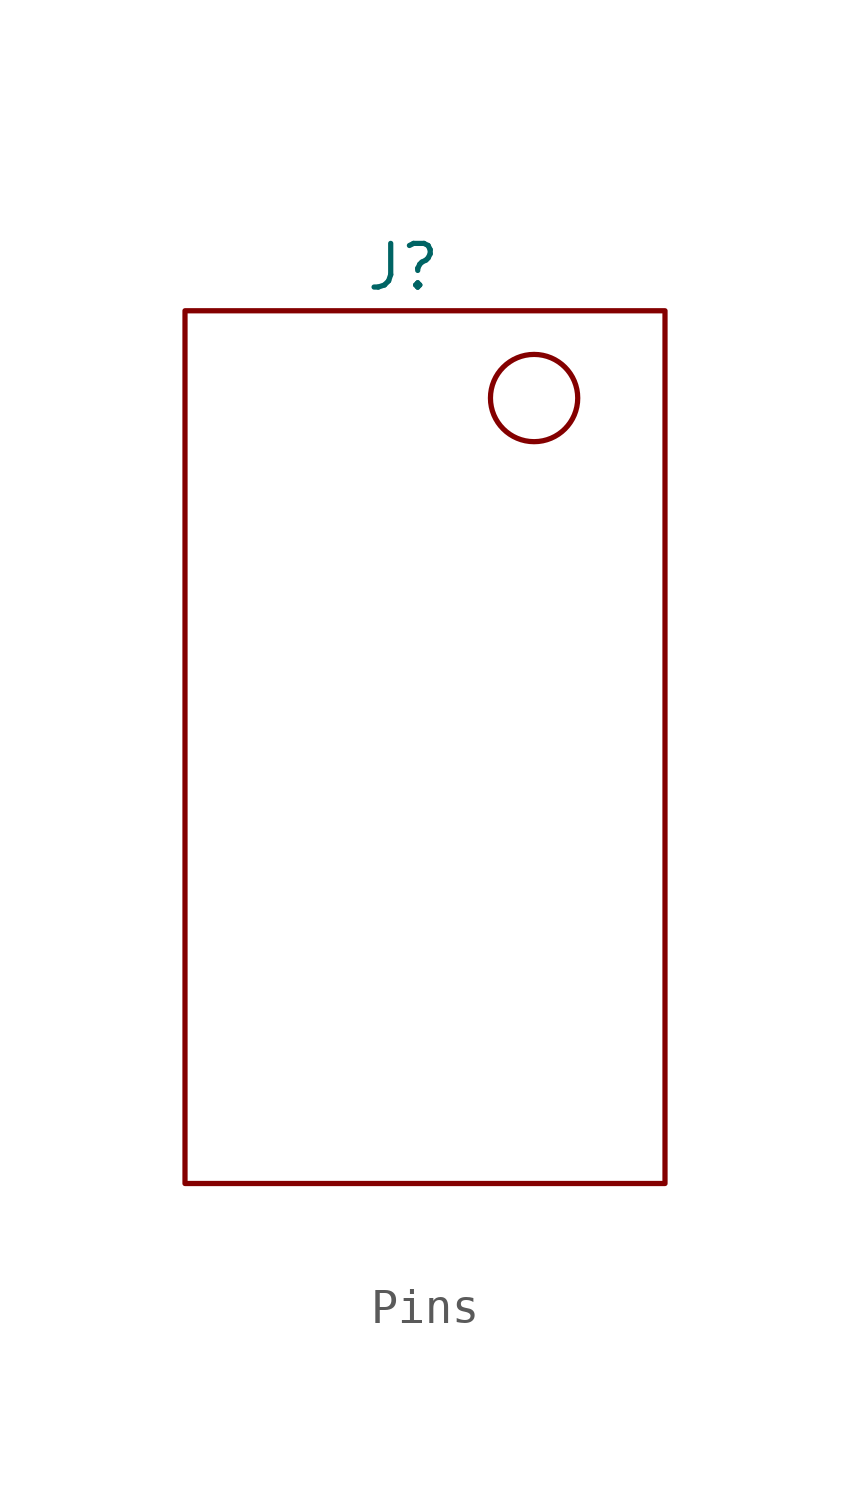
<source format=kicad_sym>
(kicad_symbol_lib
  (version 20241209)
  (generator "kicad_symbol_editor")
  (generator_version "9.0")
  (symbol "Pins"
    (property "Reference" "J"
      (at 0 0 0)
      (effects (font (size 1.27 1.27))))
    (property "Value" ""
      (at 0 0 0)
      (effects (font (size 1.27 1.27))))
    (symbol "Pins_0_1"
      (rectangle (start -6.35 -1.27) (end 7.62 -26.67) (stroke (width 0) (type default)) (fill (type none)))
      (circle (center 3.81 -3.81) (radius 1.27) (stroke (width 0) (type default)) (fill (type none))))))
</source>
